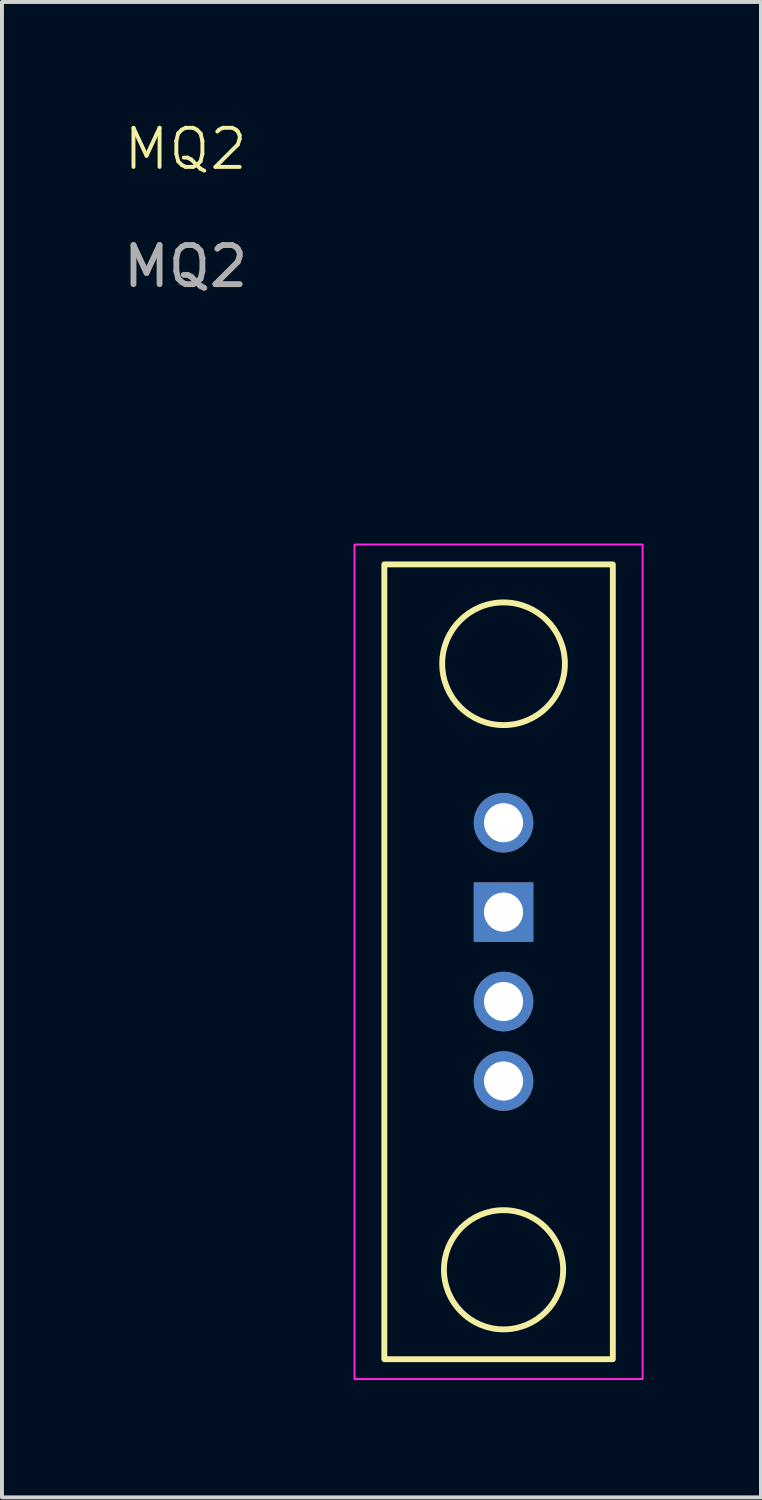
<source format=kicad_pcb>
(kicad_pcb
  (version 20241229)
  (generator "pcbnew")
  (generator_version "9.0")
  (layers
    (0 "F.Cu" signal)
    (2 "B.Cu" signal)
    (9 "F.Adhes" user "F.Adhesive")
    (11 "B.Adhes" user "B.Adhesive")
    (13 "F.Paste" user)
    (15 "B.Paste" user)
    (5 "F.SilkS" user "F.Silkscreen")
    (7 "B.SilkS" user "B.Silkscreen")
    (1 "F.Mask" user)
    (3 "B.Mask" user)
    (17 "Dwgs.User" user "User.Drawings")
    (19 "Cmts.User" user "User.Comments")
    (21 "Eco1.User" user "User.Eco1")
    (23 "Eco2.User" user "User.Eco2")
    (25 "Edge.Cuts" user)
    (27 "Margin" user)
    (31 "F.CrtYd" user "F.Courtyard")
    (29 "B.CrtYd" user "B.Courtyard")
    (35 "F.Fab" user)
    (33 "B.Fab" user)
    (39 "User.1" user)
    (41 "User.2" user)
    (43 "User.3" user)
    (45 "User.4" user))
  (footprint "MQ2"
    (layer "F.Cu")
    (at 6.776 11.38)
    (property "Reference" "MQ2" (at -5.08 -10.62 0) (unlocked yes) (layer "F.SilkS") (effects (font (size 1 1) (thickness 0.1))))
    (attr through_hole)
    (fp_rect (start 0 0) (end 5.842 20.32) (stroke (width 0.15) (type default)) (fill no) (layer "F.SilkS"))
    (fp_circle (center 3.048 2.54) (end 4.157 3.649) (stroke (width 0.15) (type default)) (fill no) (layer "F.SilkS"))
    (fp_circle (center 3.048 18.034) (end 4.572 18.034) (stroke (width 0.15) (type default)) (fill no) (layer "F.SilkS"))
    (fp_rect (start -0.762 -0.508) (end 6.604 20.828) (stroke (width 0.05) (type default)) (fill no) (layer "F.CrtYd"))
    (fp_text user "${REFERENCE}" (at -5.08 -7.62 0) (unlocked yes) (layer "F.Fab") (effects (font (size 1 1) (thickness 0.15))))
    (pad "1" thru_hole circle (at 3.048 6.604) (size 1.524 1.524) (drill 1) (layers "*.Cu" "*.Mask"))
    (pad "2" thru_hole rect (at 3.048 8.89) (size 1.524 1.524) (drill 1) (layers "*.Cu" "*.Mask"))
    (pad "3" thru_hole circle (at 3.048 11.176) (size 1.524 1.524) (drill 1) (layers "*.Cu" "*.Mask"))
    (pad "4" thru_hole circle (at 3.048 13.208) (size 1.524 1.524) (drill 1) (layers "*.Cu" "*.Mask")))
  (gr_rect
    (start -3 -3)
    (end 16.405 35.233)
    (stroke (width 0.1) (type default))
    (fill no)
    (layer "Edge.Cuts")))
</source>
